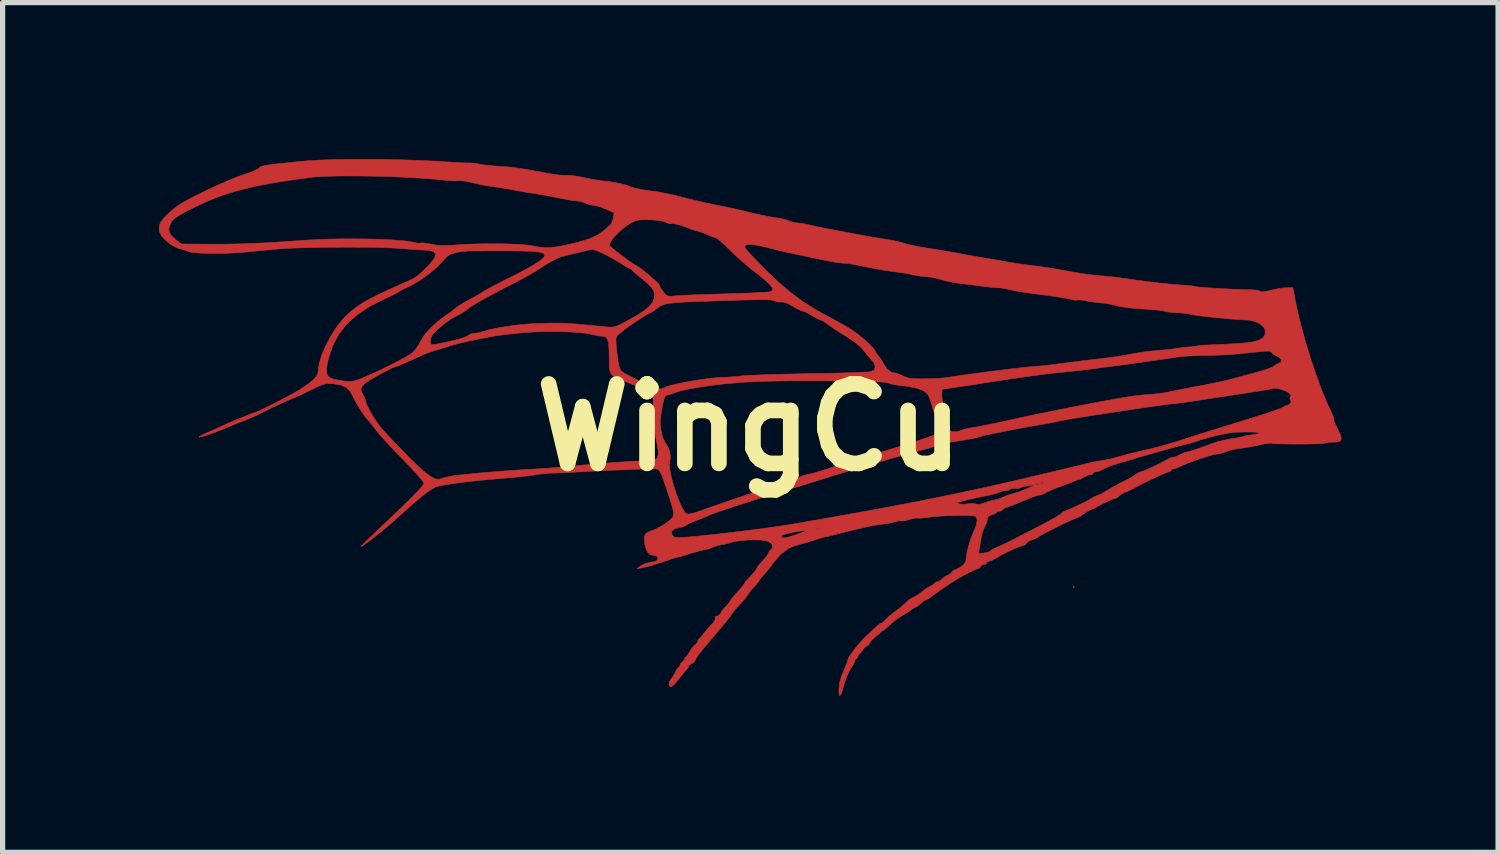
<source format=kicad_pcb>
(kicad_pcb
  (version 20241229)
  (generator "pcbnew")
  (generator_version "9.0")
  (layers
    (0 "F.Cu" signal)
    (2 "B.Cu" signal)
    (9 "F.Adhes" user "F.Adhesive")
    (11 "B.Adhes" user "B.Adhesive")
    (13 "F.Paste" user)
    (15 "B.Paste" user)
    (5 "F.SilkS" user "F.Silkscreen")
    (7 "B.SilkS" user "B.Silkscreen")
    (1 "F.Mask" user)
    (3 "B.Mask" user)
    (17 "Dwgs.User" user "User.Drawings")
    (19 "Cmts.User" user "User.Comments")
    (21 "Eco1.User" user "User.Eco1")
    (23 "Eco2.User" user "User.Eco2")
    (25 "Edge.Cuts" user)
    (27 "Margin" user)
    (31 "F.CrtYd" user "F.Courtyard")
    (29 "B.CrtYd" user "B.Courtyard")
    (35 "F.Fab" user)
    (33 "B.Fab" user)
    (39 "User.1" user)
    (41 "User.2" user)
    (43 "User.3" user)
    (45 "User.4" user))
  (footprint "WingCu"
    (layer "F.Cu")
    (at 11.323 5.151)
    (property "Reference" "WingCu" (at 0 0 0) (layer "F.SilkS") (effects (font (size 1.524 1.524) (thickness 0.3))))
    (attr through_hole)
    (fp_poly (pts (xy 6.237 3.062) (xy 6.223 3.076) (xy 6.209 3.062) (xy 6.223 3.048) (xy 6.237 3.062)) (stroke (width 0.01) (type solid)) (fill yes) (layer "F.Cu"))
    (fp_poly (pts (xy -7.017 -5.143) (xy -6.665 -5.135) (xy -6.316 -5.123) (xy -5.983 -5.107) (xy -5.743 -5.092) (xy -5.611 -5.083) (xy -5.488 -5.077) (xy -5.394 -5.074) (xy -5.362 -5.075) (xy -5.262 -5.069) (xy -5.164 -5.051) (xy -5.089 -5.037) (xy -4.979 -5.024) (xy -4.852 -5.014) (xy -4.811 -5.011) (xy -4.694 -5.004) (xy -4.583 -4.994) (xy -4.466 -4.98) (xy -4.333 -4.96) (xy -4.171 -4.932) (xy -3.97 -4.896) (xy -3.877 -4.878) (xy -3.746 -4.856) (xy -3.631 -4.841) (xy -3.546 -4.835) (xy -3.508 -4.837) (xy -3.458 -4.839) (xy -3.368 -4.829) (xy -3.252 -4.81) (xy -3.173 -4.794) (xy -3.04 -4.767) (xy -2.914 -4.745) (xy -2.815 -4.73) (xy -2.779 -4.727) (xy -2.688 -4.717) (xy -2.579 -4.699) (xy -2.468 -4.677) (xy -2.373 -4.654) (xy -2.31 -4.633) (xy -2.3 -4.627) (xy -2.248 -4.607) (xy -2.155 -4.583) (xy -2.035 -4.56) (xy -1.904 -4.539) (xy -1.82 -4.53) (xy -1.727 -4.516) (xy -1.596 -4.49) (xy -1.445 -4.457) (xy -1.29 -4.419) (xy -1.284 -4.417) (xy -1.11 -4.374) (xy -0.919 -4.329) (xy -0.736 -4.288) (xy -0.607 -4.262) (xy -0.47 -4.234) (xy -0.344 -4.208) (xy -0.244 -4.187) (xy -0.198 -4.176) (xy 0.029 -4.12) (xy 0.233 -4.074) (xy 0.405 -4.04) (xy 0.533 -4.02) (xy 0.536 -4.019) (xy 0.639 -4.002) (xy 0.731 -3.977) (xy 0.768 -3.962) (xy 0.854 -3.932) (xy 0.928 -3.923) (xy 1.002 -3.916) (xy 1.103 -3.898) (xy 1.176 -3.881) (xy 1.286 -3.856) (xy 1.424 -3.827) (xy 1.563 -3.801) (xy 1.58 -3.797) (xy 1.725 -3.771) (xy 1.894 -3.739) (xy 2.055 -3.708) (xy 2.088 -3.702) (xy 2.246 -3.672) (xy 2.421 -3.642) (xy 2.581 -3.616) (xy 2.611 -3.612) (xy 2.738 -3.591) (xy 2.855 -3.567) (xy 2.943 -3.543) (xy 2.963 -3.536) (xy 3.03 -3.516) (xy 3.137 -3.492) (xy 3.27 -3.465) (xy 3.415 -3.441) (xy 3.563 -3.417) (xy 3.704 -3.394) (xy 3.82 -3.375) (xy 3.895 -3.362) (xy 3.997 -3.343) (xy 4.12 -3.32) (xy 4.191 -3.307) (xy 4.317 -3.285) (xy 4.46 -3.26) (xy 4.544 -3.247) (xy 4.664 -3.227) (xy 4.81 -3.201) (xy 4.953 -3.176) (xy 4.967 -3.174) (xy 5.117 -3.149) (xy 5.288 -3.124) (xy 5.447 -3.104) (xy 5.461 -3.103) (xy 5.595 -3.085) (xy 5.761 -3.06) (xy 5.936 -3.031) (xy 6.068 -3.007) (xy 6.227 -2.978) (xy 6.39 -2.952) (xy 6.536 -2.932) (xy 6.632 -2.921) (xy 6.803 -2.906) (xy 6.934 -2.893) (xy 7.039 -2.882) (xy 7.136 -2.869) (xy 7.238 -2.854) (xy 7.253 -2.852) (xy 7.454 -2.823) (xy 7.668 -2.796) (xy 7.881 -2.77) (xy 8.077 -2.75) (xy 8.243 -2.735) (xy 8.327 -2.73) (xy 8.433 -2.723) (xy 8.518 -2.714) (xy 8.564 -2.705) (xy 8.567 -2.703) (xy 8.602 -2.697) (xy 8.683 -2.689) (xy 8.799 -2.68) (xy 8.94 -2.671) (xy 9.094 -2.662) (xy 9.251 -2.654) (xy 9.401 -2.647) (xy 9.532 -2.643) (xy 9.634 -2.641) (xy 9.652 -2.641) (xy 9.733 -2.636) (xy 9.788 -2.621) (xy 9.799 -2.613) (xy 9.838 -2.601) (xy 9.925 -2.613) (xy 10.011 -2.632) (xy 10.128 -2.658) (xy 10.242 -2.676) (xy 10.317 -2.681) (xy 10.432 -2.681) (xy 10.467 -2.491) (xy 10.522 -2.224) (xy 10.594 -1.931) (xy 10.68 -1.623) (xy 10.775 -1.312) (xy 10.876 -1.011) (xy 10.979 -0.731) (xy 11.08 -0.484) (xy 11.161 -0.312) (xy 11.197 -0.234) (xy 11.215 -0.178) (xy 11.215 -0.161) (xy 11.22 -0.131) (xy 11.246 -0.065) (xy 11.288 0.022) (xy 11.29 0.026) (xy 11.344 0.139) (xy 11.362 0.214) (xy 11.344 0.258) (xy 11.285 0.278) (xy 11.21 0.282) (xy 11.126 0.286) (xy 11.068 0.295) (xy 11.054 0.301) (xy 11.021 0.307) (xy 10.942 0.312) (xy 10.83 0.315) (xy 10.695 0.318) (xy 10.548 0.319) (xy 10.4 0.318) (xy 10.264 0.316) (xy 10.149 0.313) (xy 10.067 0.309) (xy 10.029 0.303) (xy 10.029 0.303) (xy 9.99 0.3) (xy 9.914 0.31) (xy 9.835 0.326) (xy 9.74 0.347) (xy 9.659 0.364) (xy 9.573 0.379) (xy 9.464 0.396) (xy 9.356 0.411) (xy 9.255 0.431) (xy 9.166 0.457) (xy 9.138 0.469) (xy 9.057 0.498) (xy 8.99 0.508) (xy 8.925 0.518) (xy 8.822 0.545) (xy 8.695 0.584) (xy 8.559 0.631) (xy 8.426 0.681) (xy 8.312 0.728) (xy 8.265 0.75) (xy 8.189 0.784) (xy 8.133 0.8) (xy 8.117 0.798) (xy 8.101 0.802) (xy 8.1 0.814) (xy 8.078 0.845) (xy 8.067 0.847) (xy 8.025 0.859) (xy 7.943 0.892) (xy 7.834 0.941) (xy 7.707 1) (xy 7.575 1.065) (xy 7.448 1.131) (xy 7.369 1.173) (xy 7.29 1.213) (xy 7.23 1.238) (xy 7.212 1.242) (xy 7.169 1.26) (xy 7.119 1.298) (xy 7.069 1.339) (xy 7.039 1.355) (xy 6.999 1.366) (xy 6.928 1.395) (xy 6.841 1.435) (xy 6.755 1.476) (xy 6.688 1.511) (xy 6.657 1.532) (xy 6.626 1.554) (xy 6.622 1.554) (xy 6.582 1.565) (xy 6.516 1.596) (xy 6.446 1.637) (xy 6.392 1.676) (xy 6.385 1.683) (xy 6.34 1.715) (xy 6.32 1.722) (xy 6.283 1.734) (xy 6.207 1.766) (xy 6.104 1.814) (xy 5.984 1.871) (xy 5.86 1.932) (xy 5.742 1.992) (xy 5.641 2.044) (xy 5.57 2.084) (xy 5.541 2.104) (xy 5.487 2.136) (xy 5.421 2.158) (xy 5.357 2.184) (xy 5.323 2.217) (xy 5.292 2.254) (xy 5.276 2.258) (xy 5.228 2.27) (xy 5.145 2.302) (xy 5.042 2.347) (xy 4.933 2.399) (xy 4.834 2.45) (xy 4.758 2.494) (xy 4.751 2.499) (xy 4.675 2.542) (xy 4.61 2.566) (xy 4.595 2.568) (xy 4.558 2.58) (xy 4.558 2.596) (xy 4.549 2.619) (xy 4.516 2.625) (xy 4.461 2.643) (xy 4.441 2.667) (xy 4.409 2.705) (xy 4.393 2.709) (xy 4.347 2.723) (xy 4.263 2.762) (xy 4.149 2.82) (xy 4.036 2.882) (xy 3.96 2.928) (xy 3.861 2.991) (xy 3.751 3.064) (xy 3.644 3.137) (xy 3.555 3.2) (xy 3.496 3.245) (xy 3.487 3.252) (xy 3.435 3.29) (xy 3.402 3.302) (xy 3.363 3.32) (xy 3.306 3.363) (xy 3.296 3.373) (xy 3.241 3.419) (xy 3.204 3.442) (xy 3.2 3.443) (xy 3.167 3.459) (xy 3.109 3.497) (xy 3.093 3.509) (xy 3.006 3.569) (xy 2.915 3.622) (xy 2.912 3.624) (xy 2.838 3.672) (xy 2.75 3.742) (xy 2.704 3.783) (xy 2.638 3.844) (xy 2.587 3.885) (xy 2.567 3.895) (xy 2.536 3.915) (xy 2.535 3.917) (xy 2.509 3.946) (xy 2.453 3.994) (xy 2.42 4.019) (xy 2.357 4.074) (xy 2.319 4.121) (xy 2.314 4.136) (xy 2.291 4.174) (xy 2.262 4.19) (xy 2.211 4.226) (xy 2.173 4.276) (xy 2.138 4.327) (xy 2.112 4.346) (xy 2.091 4.369) (xy 2.088 4.389) (xy 2.073 4.426) (xy 2.06 4.431) (xy 2.034 4.453) (xy 2.032 4.466) (xy 2.017 4.508) (xy 1.979 4.578) (xy 1.949 4.626) (xy 1.897 4.723) (xy 1.847 4.844) (xy 1.818 4.937) (xy 1.782 5.061) (xy 1.754 5.131) (xy 1.735 5.146) (xy 1.724 5.107) (xy 1.722 5.048) (xy 1.732 4.919) (xy 1.766 4.787) (xy 1.829 4.63) (xy 1.838 4.612) (xy 1.87 4.535) (xy 1.889 4.476) (xy 1.891 4.463) (xy 1.909 4.415) (xy 1.958 4.339) (xy 2.03 4.244) (xy 2.114 4.143) (xy 2.203 4.046) (xy 2.263 3.987) (xy 2.345 3.912) (xy 2.416 3.845) (xy 2.461 3.803) (xy 2.509 3.765) (xy 2.538 3.754) (xy 2.573 3.734) (xy 2.616 3.69) (xy 2.665 3.64) (xy 2.744 3.574) (xy 2.822 3.514) (xy 2.908 3.449) (xy 2.978 3.39) (xy 3.015 3.352) (xy 3.066 3.307) (xy 3.14 3.264) (xy 3.148 3.261) (xy 3.239 3.211) (xy 3.321 3.15) (xy 3.397 3.091) (xy 3.474 3.047) (xy 3.477 3.046) (xy 3.533 3.015) (xy 3.556 2.988) (xy 3.556 2.988) (xy 3.579 2.967) (xy 3.602 2.963) (xy 3.656 2.944) (xy 3.694 2.913) (xy 3.754 2.864) (xy 3.817 2.829) (xy 3.872 2.796) (xy 3.895 2.766) (xy 3.917 2.74) (xy 3.931 2.738) (xy 3.975 2.723) (xy 4.042 2.685) (xy 4.064 2.671) (xy 4.132 2.613) (xy 4.16 2.55) (xy 4.164 2.509) (xy 4.178 2.405) (xy 4.178 2.403) (xy 4.403 2.403) (xy 4.416 2.425) (xy 4.462 2.417) (xy 4.476 2.414) (xy 4.547 2.397) (xy 4.593 2.391) (xy 4.626 2.378) (xy 4.628 2.371) (xy 4.652 2.35) (xy 4.714 2.317) (xy 4.777 2.288) (xy 4.877 2.244) (xy 4.97 2.2) (xy 5.009 2.18) (xy 5.062 2.153) (xy 5.155 2.105) (xy 5.277 2.042) (xy 5.419 1.969) (xy 5.532 1.911) (xy 5.676 1.835) (xy 5.803 1.766) (xy 5.903 1.708) (xy 5.97 1.666) (xy 5.992 1.647) (xy 6.027 1.613) (xy 6.043 1.609) (xy 6.081 1.597) (xy 6.154 1.566) (xy 6.249 1.523) (xy 6.353 1.474) (xy 6.45 1.426) (xy 6.528 1.386) (xy 6.571 1.359) (xy 6.576 1.355) (xy 6.611 1.332) (xy 6.66 1.313) (xy 6.731 1.285) (xy 6.815 1.24) (xy 6.83 1.231) (xy 6.991 1.135) (xy 7.135 1.058) (xy 7.221 1.016) (xy 7.312 0.969) (xy 7.394 0.918) (xy 7.415 0.903) (xy 7.475 0.863) (xy 7.521 0.847) (xy 7.521 0.847) (xy 7.565 0.834) (xy 7.644 0.802) (xy 7.744 0.757) (xy 7.852 0.705) (xy 7.952 0.653) (xy 8.011 0.619) (xy 8.075 0.586) (xy 8.116 0.574) (xy 8.121 0.576) (xy 8.152 0.573) (xy 8.214 0.548) (xy 8.251 0.529) (xy 8.325 0.494) (xy 8.377 0.475) (xy 8.388 0.474) (xy 8.422 0.467) (xy 8.494 0.446) (xy 8.59 0.414) (xy 8.697 0.377) (xy 8.799 0.34) (xy 8.876 0.31) (xy 8.962 0.282) (xy 9.08 0.252) (xy 9.206 0.225) (xy 9.318 0.207) (xy 9.326 0.206) (xy 9.409 0.192) (xy 9.473 0.175) (xy 9.481 0.171) (xy 9.541 0.154) (xy 9.61 0.147) (xy 9.699 0.135) (xy 9.765 0.117) (xy 9.785 0.104) (xy 9.765 0.095) (xy 9.701 0.089) (xy 9.588 0.087) (xy 9.543 0.086) (xy 9.359 0.091) (xy 9.194 0.108) (xy 9.017 0.143) (xy 8.95 0.159) (xy 8.823 0.192) (xy 8.712 0.223) (xy 8.631 0.247) (xy 8.599 0.26) (xy 8.545 0.279) (xy 8.457 0.304) (xy 8.373 0.324) (xy 8.287 0.345) (xy 8.155 0.38) (xy 7.988 0.427) (xy 7.794 0.481) (xy 7.584 0.542) (xy 7.365 0.606) (xy 7.148 0.67) (xy 7.024 0.708) (xy 6.921 0.742) (xy 6.834 0.778) (xy 6.784 0.805) (xy 6.714 0.838) (xy 6.668 0.846) (xy 6.618 0.857) (xy 6.604 0.875) (xy 6.581 0.899) (xy 6.555 0.903) (xy 6.499 0.917) (xy 6.425 0.952) (xy 6.413 0.959) (xy 6.355 0.991) (xy 6.324 1.003) (xy 6.322 1.001) (xy 6.3 1.002) (xy 6.248 1.025) (xy 6.243 1.027) (xy 6.174 1.058) (xy 6.075 1.096) (xy 5.982 1.129) (xy 5.871 1.169) (xy 5.768 1.213) (xy 5.706 1.244) (xy 5.634 1.28) (xy 5.576 1.298) (xy 5.569 1.298) (xy 5.514 1.309) (xy 5.441 1.335) (xy 5.437 1.336) (xy 5.269 1.406) (xy 5.119 1.467) (xy 4.999 1.513) (xy 4.946 1.531) (xy 4.884 1.558) (xy 4.855 1.583) (xy 4.854 1.585) (xy 4.831 1.604) (xy 4.798 1.609) (xy 4.752 1.619) (xy 4.741 1.633) (xy 4.717 1.656) (xy 4.658 1.675) (xy 4.657 1.675) (xy 4.593 1.699) (xy 4.572 1.745) (xy 4.572 1.756) (xy 4.557 1.824) (xy 4.522 1.902) (xy 4.519 1.907) (xy 4.481 1.992) (xy 4.454 2.095) (xy 4.45 2.119) (xy 4.435 2.222) (xy 4.418 2.321) (xy 4.414 2.34) (xy 4.403 2.403) (xy 4.178 2.403) (xy 4.21 2.272) (xy 4.254 2.132) (xy 4.303 2.007) (xy 4.321 1.97) (xy 4.361 1.867) (xy 4.373 1.778) (xy 4.356 1.717) (xy 4.343 1.705) (xy 4.297 1.695) (xy 4.207 1.689) (xy 4.086 1.687) (xy 3.944 1.689) (xy 3.795 1.694) (xy 3.651 1.702) (xy 3.524 1.713) (xy 3.457 1.722) (xy 3.353 1.735) (xy 3.272 1.742) (xy 3.229 1.742) (xy 3.227 1.74) (xy 3.194 1.74) (xy 3.125 1.753) (xy 3.073 1.767) (xy 2.989 1.788) (xy 2.927 1.796) (xy 2.909 1.793) (xy 2.867 1.791) (xy 2.803 1.808) (xy 2.724 1.83) (xy 2.624 1.847) (xy 2.596 1.85) (xy 2.487 1.864) (xy 2.366 1.884) (xy 2.328 1.892) (xy 2.205 1.919) (xy 2.066 1.952) (xy 1.922 1.986) (xy 1.787 2.019) (xy 1.672 2.048) (xy 1.589 2.07) (xy 1.552 2.081) (xy 1.502 2.093) (xy 1.488 2.093) (xy 1.452 2.099) (xy 1.378 2.119) (xy 1.279 2.151) (xy 1.251 2.16) (xy 1.125 2.2) (xy 0.998 2.236) (xy 0.896 2.262) (xy 0.892 2.263) (xy 0.755 2.319) (xy 0.613 2.427) (xy 0.473 2.584) (xy 0.423 2.653) (xy 0.357 2.74) (xy 0.285 2.822) (xy 0.276 2.831) (xy 0.226 2.887) (xy 0.199 2.925) (xy 0.198 2.93) (xy 0.18 2.96) (xy 0.133 3.016) (xy 0.085 3.069) (xy 0.024 3.137) (xy -0.017 3.19) (xy -0.028 3.211) (xy -0.046 3.24) (xy -0.093 3.299) (xy -0.16 3.374) (xy -0.169 3.384) (xy -0.238 3.459) (xy -0.288 3.517) (xy -0.31 3.547) (xy -0.31 3.548) (xy -0.327 3.575) (xy -0.373 3.636) (xy -0.44 3.72) (xy -0.521 3.82) (xy -0.609 3.925) (xy -0.678 4.008) (xy -0.801 4.151) (xy -0.891 4.259) (xy -0.954 4.338) (xy -0.995 4.393) (xy -1.019 4.432) (xy -1.029 4.457) (xy -1.069 4.511) (xy -1.102 4.53) (xy -1.147 4.557) (xy -1.157 4.578) (xy -1.176 4.618) (xy -1.207 4.653) (xy -1.25 4.7) (xy -1.312 4.774) (xy -1.366 4.845) (xy -1.436 4.928) (xy -1.491 4.972) (xy -1.515 4.975) (xy -1.538 4.941) (xy -1.53 4.883) (xy -1.494 4.821) (xy -1.482 4.809) (xy -1.448 4.759) (xy -1.412 4.688) (xy -1.412 4.687) (xy -1.381 4.628) (xy -1.353 4.6) (xy -1.351 4.6) (xy -1.329 4.577) (xy -1.326 4.557) (xy -1.304 4.51) (xy -1.284 4.498) (xy -1.247 4.462) (xy -1.242 4.442) (xy -1.227 4.406) (xy -1.217 4.403) (xy -1.189 4.38) (xy -1.154 4.323) (xy -1.148 4.311) (xy -1.101 4.236) (xy -1.048 4.18) (xy -1.046 4.178) (xy -1.001 4.134) (xy -0.988 4.102) (xy -0.972 4.064) (xy -0.966 4.059) (xy -0.937 4.033) (xy -0.888 3.976) (xy -0.846 3.923) (xy -0.782 3.845) (xy -0.725 3.783) (xy -0.699 3.759) (xy -0.658 3.703) (xy -0.649 3.663) (xy -0.643 3.623) (xy -0.632 3.621) (xy -0.603 3.617) (xy -0.563 3.588) (xy -0.538 3.551) (xy -0.536 3.542) (xy -0.518 3.512) (xy -0.472 3.46) (xy -0.452 3.439) (xy -0.399 3.382) (xy -0.369 3.341) (xy -0.367 3.333) (xy -0.349 3.303) (xy -0.302 3.245) (xy -0.235 3.169) (xy -0.226 3.159) (xy -0.157 3.081) (xy -0.107 3.019) (xy -0.085 2.984) (xy -0.085 2.982) (xy -0.066 2.951) (xy -0.017 2.896) (xy 0.028 2.85) (xy 0.091 2.785) (xy 0.132 2.731) (xy 0.141 2.709) (xy 0.16 2.673) (xy 0.208 2.613) (xy 0.254 2.565) (xy 0.316 2.496) (xy 0.357 2.437) (xy 0.367 2.411) (xy 0.39 2.365) (xy 0.409 2.353) (xy 0.443 2.315) (xy 0.452 2.275) (xy 0.425 2.22) (xy 0.348 2.181) (xy 0.223 2.159) (xy 0.055 2.155) (xy -0.043 2.16) (xy -0.162 2.171) (xy -0.264 2.186) (xy -0.333 2.2) (xy -0.347 2.206) (xy -0.407 2.227) (xy -0.493 2.244) (xy -0.514 2.247) (xy -0.611 2.267) (xy -0.698 2.296) (xy -0.709 2.302) (xy -0.78 2.331) (xy -0.834 2.342) (xy -0.881 2.35) (xy -0.966 2.372) (xy -1.075 2.403) (xy -1.125 2.418) (xy -1.236 2.452) (xy -1.328 2.479) (xy -1.386 2.494) (xy -1.397 2.496) (xy -1.439 2.506) (xy -1.512 2.53) (xy -1.552 2.544) (xy -1.727 2.603) (xy -1.889 2.652) (xy -2.02 2.686) (xy -2.057 2.693) (xy -2.153 2.709) (xy -2.085 2.657) (xy -2.016 2.621) (xy -1.921 2.592) (xy -1.884 2.585) (xy -1.8 2.567) (xy -1.759 2.544) (xy -1.75 2.51) (xy -1.764 2.47) (xy -1.816 2.456) (xy -1.833 2.455) (xy -1.903 2.439) (xy -1.954 2.386) (xy -1.991 2.287) (xy -2.006 2.216) (xy -2.013 2.106) (xy -1.988 2.047) (xy -1.485 2.047) (xy -1.47 2.072) (xy -1.452 2.091) (xy -1.429 2.104) (xy -1.394 2.112) (xy -1.338 2.113) (xy -1.254 2.109) (xy -1.134 2.099) (xy -0.969 2.083) (xy -0.888 2.075) (xy 0.621 2.075) (xy 0.627 2.107) (xy 0.653 2.121) (xy 0.707 2.114) (xy 0.799 2.089) (xy 0.874 2.064) (xy 0.975 2.03) (xy 1.05 2.002) (xy 1.088 1.986) (xy 1.09 1.983) (xy 1.056 1.98) (xy 0.985 1.987) (xy 0.892 2.002) (xy 0.794 2.022) (xy 0.705 2.043) (xy 0.643 2.062) (xy 0.621 2.075) (xy -0.888 2.075) (xy -0.872 2.074) (xy -0.658 2.051) (xy -0.42 2.024) (xy -0.169 1.994) (xy 0.084 1.963) (xy 0.307 1.933) (xy 1.298 1.933) (xy 1.312 1.947) (xy 1.326 1.933) (xy 1.312 1.919) (xy 1.298 1.933) (xy 0.307 1.933) (xy 0.325 1.931) (xy 0.545 1.9) (xy 0.73 1.873) (xy 0.861 1.851) (xy 0.961 1.833) (xy 1.103 1.808) (xy 1.275 1.778) (xy 1.462 1.745) (xy 1.651 1.712) (xy 2.476 1.564) (xy 3.078 1.45) (xy 3.993 1.45) (xy 4.016 1.461) (xy 4.036 1.467) (xy 4.113 1.474) (xy 4.202 1.464) (xy 4.203 1.464) (xy 4.283 1.457) (xy 4.346 1.467) (xy 4.349 1.469) (xy 4.419 1.477) (xy 4.505 1.45) (xy 4.595 1.418) (xy 4.679 1.397) (xy 4.691 1.396) (xy 4.772 1.376) (xy 4.86 1.343) (xy 4.863 1.341) (xy 4.941 1.308) (xy 5.007 1.286) (xy 5.011 1.285) (xy 5.127 1.252) (xy 5.265 1.202) (xy 5.376 1.154) (xy 5.489 1.101) (xy 5.348 1.119) (xy 5.264 1.134) (xy 5.205 1.153) (xy 5.19 1.163) (xy 5.153 1.176) (xy 5.102 1.171) (xy 5.04 1.167) (xy 5.011 1.183) (xy 4.971 1.206) (xy 4.915 1.214) (xy 4.848 1.222) (xy 4.81 1.238) (xy 4.77 1.256) (xy 4.693 1.279) (xy 4.614 1.297) (xy 4.497 1.321) (xy 4.381 1.345) (xy 4.322 1.357) (xy 4.211 1.382) (xy 4.098 1.411) (xy 4.082 1.415) (xy 4.013 1.436) (xy 3.993 1.45) (xy 3.078 1.45) (xy 3.246 1.418) (xy 3.964 1.272) (xy 4.614 1.132) (xy 4.738 1.104) (xy 4.834 1.082) (xy 5.513 1.082) (xy 5.517 1.099) (xy 5.532 1.101) (xy 5.555 1.09) (xy 5.55 1.082) (xy 5.517 1.078) (xy 5.513 1.082) (xy 4.834 1.082) (xy 4.899 1.067) (xy 4.956 1.054) (xy 5.597 1.054) (xy 5.601 1.07) (xy 5.616 1.072) (xy 5.639 1.062) (xy 5.635 1.054) (xy 5.602 1.05) (xy 5.597 1.054) (xy 4.956 1.054) (xy 5.089 1.023) (xy 5.299 0.974) (xy 5.52 0.922) (xy 5.742 0.869) (xy 5.957 0.818) (xy 6.156 0.771) (xy 6.33 0.729) (xy 6.47 0.695) (xy 6.568 0.671) (xy 6.59 0.666) (xy 6.633 0.658) (xy 6.71 0.646) (xy 6.759 0.638) (xy 6.856 0.62) (xy 6.982 0.591) (xy 7.111 0.556) (xy 7.126 0.552) (xy 7.26 0.515) (xy 7.421 0.475) (xy 7.582 0.437) (xy 7.634 0.426) (xy 7.767 0.395) (xy 7.933 0.35) (xy 8.115 0.297) (xy 8.294 0.242) (xy 8.34 0.227) (xy 8.489 0.179) (xy 8.679 0.118) (xy 8.896 0.05) (xy 9.125 -0.021) (xy 9.354 -0.092) (xy 9.483 -0.131) (xy 9.676 -0.191) (xy 9.853 -0.247) (xy 10.005 -0.297) (xy 10.125 -0.339) (xy 10.206 -0.37) (xy 10.24 -0.387) (xy 10.29 -0.418) (xy 10.314 -0.423) (xy 10.361 -0.44) (xy 10.393 -0.476) (xy 10.395 -0.513) (xy 10.386 -0.522) (xy 10.37 -0.553) (xy 10.384 -0.577) (xy 10.394 -0.617) (xy 10.359 -0.661) (xy 10.302 -0.696) (xy 10.221 -0.727) (xy 10.136 -0.748) (xy 10.069 -0.754) (xy 10.048 -0.749) (xy 10.014 -0.74) (xy 9.933 -0.724) (xy 9.816 -0.705) (xy 9.673 -0.682) (xy 9.563 -0.665) (xy 9.368 -0.635) (xy 9.154 -0.603) (xy 8.945 -0.571) (xy 8.762 -0.543) (xy 8.721 -0.536) (xy 8.568 -0.513) (xy 8.423 -0.492) (xy 8.302 -0.475) (xy 8.22 -0.465) (xy 8.213 -0.464) (xy 8.061 -0.447) (xy 7.86 -0.42) (xy 7.616 -0.386) (xy 7.338 -0.345) (xy 7.281 -0.336) (xy 7.123 -0.312) (xy 6.964 -0.288) (xy 6.823 -0.267) (xy 6.731 -0.253) (xy 6.519 -0.22) (xy 6.321 -0.189) (xy 6.148 -0.16) (xy 6.01 -0.135) (xy 5.915 -0.116) (xy 5.898 -0.112) (xy 5.826 -0.097) (xy 5.718 -0.076) (xy 5.59 -0.054) (xy 5.532 -0.044) (xy 5.351 -0.013) (xy 5.147 0.025) (xy 4.911 0.071) (xy 4.632 0.127) (xy 4.577 0.138) (xy 4.488 0.158) (xy 4.422 0.176) (xy 4.401 0.185) (xy 4.357 0.198) (xy 4.267 0.217) (xy 4.139 0.239) (xy 3.984 0.263) (xy 3.923 0.271) (xy 3.828 0.288) (xy 3.744 0.31) (xy 3.726 0.316) (xy 3.672 0.333) (xy 3.577 0.361) (xy 3.453 0.396) (xy 3.312 0.434) (xy 3.288 0.44) (xy 3.13 0.483) (xy 2.97 0.527) (xy 2.829 0.566) (xy 2.723 0.596) (xy 2.636 0.622) (xy 2.551 0.647) (xy 2.458 0.675) (xy 2.346 0.708) (xy 2.203 0.749) (xy 2.02 0.803) (xy 1.976 0.816) (xy 1.868 0.848) (xy 1.724 0.891) (xy 1.561 0.941) (xy 1.397 0.993) (xy 1.369 1.001) (xy 1.201 1.054) (xy 1.026 1.108) (xy 0.863 1.158) (xy 0.733 1.197) (xy 0.72 1.201) (xy 0.562 1.248) (xy 0.383 1.303) (xy 0.192 1.362) (xy -0.002 1.424) (xy -0.19 1.484) (xy -0.363 1.541) (xy -0.513 1.591) (xy -0.629 1.631) (xy -0.704 1.658) (xy -0.72 1.664) (xy -0.863 1.726) (xy -1.015 1.786) (xy -1.072 1.808) (xy -1.15 1.841) (xy -1.209 1.876) (xy -1.214 1.879) (xy -1.27 1.907) (xy -1.349 1.924) (xy -1.352 1.924) (xy -1.437 1.947) (xy -1.483 1.991) (xy -1.485 2.047) (xy -1.988 2.047) (xy -1.983 2.035) (xy -1.912 1.995) (xy -1.899 1.991) (xy -1.807 1.957) (xy -1.7 1.902) (xy -1.597 1.837) (xy -1.514 1.773) (xy -1.477 1.732) (xy -1.461 1.703) (xy -1.452 1.672) (xy -1.452 1.629) (xy -1.463 1.569) (xy -1.486 1.483) (xy -1.524 1.365) (xy -1.576 1.206) (xy -1.631 1.044) (xy -1.672 0.929) (xy -1.703 0.858) (xy -1.731 0.818) (xy -1.764 0.8) (xy -1.795 0.795) (xy -1.843 0.794) (xy -1.939 0.795) (xy -2.075 0.799) (xy -2.243 0.805) (xy -2.435 0.813) (xy -2.643 0.822) (xy -2.859 0.832) (xy -3.075 0.843) (xy -3.282 0.854) (xy -3.471 0.865) (xy -3.593 0.871) (xy -3.714 0.875) (xy -3.783 0.875) (xy -3.893 0.88) (xy -4.015 0.895) (xy -4.055 0.901) (xy -4.108 0.911) (xy -4.174 0.92) (xy -4.257 0.93) (xy -4.367 0.942) (xy -4.509 0.956) (xy -4.691 0.973) (xy -4.92 0.993) (xy -5.024 1.002) (xy -5.244 1.024) (xy -5.453 1.047) (xy -5.642 1.071) (xy -5.802 1.095) (xy -5.926 1.117) (xy -6.005 1.137) (xy -6.019 1.143) (xy -6.102 1.19) (xy -6.208 1.265) (xy -6.34 1.371) (xy -6.504 1.512) (xy -6.701 1.69) (xy -6.718 1.705) (xy -6.817 1.794) (xy -6.92 1.883) (xy -6.998 1.947) (xy -7.087 2.018) (xy -7.173 2.088) (xy -7.209 2.117) (xy -7.293 2.182) (xy -7.385 2.247) (xy -7.394 2.253) (xy -7.421 2.271) (xy -7.439 2.282) (xy -7.446 2.284) (xy -7.439 2.273) (xy -7.413 2.246) (xy -7.366 2.199) (xy -7.294 2.13) (xy -7.195 2.035) (xy -7.064 1.91) (xy -6.899 1.753) (xy -6.707 1.571) (xy -6.569 1.437) (xy -6.447 1.316) (xy -6.349 1.213) (xy -6.278 1.134) (xy -6.241 1.085) (xy -6.237 1.074) (xy -6.256 1.04) (xy -6.31 0.973) (xy -6.391 0.879) (xy -6.495 0.766) (xy -6.615 0.641) (xy -6.648 0.608) (xy -6.781 0.471) (xy -6.908 0.336) (xy -7.021 0.213) (xy -7.111 0.11) (xy -7.17 0.037) (xy -7.174 0.032) (xy -7.236 -0.052) (xy -7.29 -0.119) (xy -7.322 -0.155) (xy -7.37 -0.21) (xy -7.433 -0.301) (xy -7.502 -0.411) (xy -7.567 -0.528) (xy -7.6 -0.593) (xy -7.66 -0.699) (xy -7.693 -0.732) (xy -7.447 -0.732) (xy -7.434 -0.675) (xy -7.411 -0.636) (xy -7.378 -0.574) (xy -7.366 -0.532) (xy -7.35 -0.47) (xy -7.308 -0.377) (xy -7.247 -0.265) (xy -7.175 -0.148) (xy -7.099 -0.041) (xy -7.053 0.017) (xy -6.984 0.094) (xy -6.886 0.2) (xy -6.768 0.324) (xy -6.641 0.456) (xy -6.552 0.547) (xy -6.379 0.718) (xy -6.236 0.846) (xy -6.121 0.934) (xy -6.031 0.984) (xy -5.962 0.998) (xy -5.927 0.988) (xy -5.876 0.971) (xy -5.791 0.95) (xy -5.714 0.934) (xy -5.618 0.92) (xy -5.476 0.904) (xy -5.299 0.886) (xy -5.098 0.867) (xy -4.883 0.849) (xy -4.666 0.832) (xy -4.456 0.818) (xy -4.265 0.806) (xy -4.247 0.805) (xy -3.98 0.79) (xy -3.715 0.77) (xy -3.432 0.746) (xy -3.189 0.722) (xy -2.997 0.704) (xy -2.787 0.687) (xy -2.574 0.671) (xy -2.371 0.658) (xy -2.193 0.648) (xy -2.055 0.644) (xy -2.039 0.643) (xy -1.908 0.638) (xy -1.819 0.622) (xy -1.766 0.587) (xy -1.744 0.523) (xy -1.748 0.425) (xy -1.774 0.282) (xy -1.786 0.226) (xy -1.806 0.106) (xy -1.822 -0.044) (xy -1.706 -0.044) (xy -1.688 0.078) (xy -1.656 0.194) (xy -1.616 0.284) (xy -1.597 0.31) (xy -1.551 0.385) (xy -1.52 0.482) (xy -1.51 0.579) (xy -1.524 0.651) (xy -1.524 0.651) (xy -1.533 0.711) (xy -1.523 0.81) (xy -1.496 0.938) (xy -1.458 1.083) (xy -1.411 1.234) (xy -1.358 1.379) (xy -1.303 1.507) (xy -1.25 1.605) (xy -1.233 1.63) (xy -1.208 1.653) (xy -1.172 1.661) (xy -1.114 1.654) (xy -1.026 1.63) (xy -0.899 1.587) (xy -0.833 1.563) (xy -0.672 1.507) (xy -0.49 1.444) (xy -0.319 1.385) (xy -0.268 1.368) (xy -0.132 1.322) (xy 0.001 1.275) (xy 0.111 1.234) (xy 0.155 1.217) (xy 0.239 1.186) (xy 0.36 1.145) (xy 0.502 1.099) (xy 0.635 1.058) (xy 0.769 1.017) (xy 0.886 0.979) (xy 0.975 0.949) (xy 1.022 0.93) (xy 1.023 0.93) (xy 1.088 0.907) (xy 1.118 0.903) (xy 1.164 0.895) (xy 1.249 0.873) (xy 1.358 0.84) (xy 1.422 0.82) (xy 1.558 0.777) (xy 1.725 0.725) (xy 1.898 0.672) (xy 2.018 0.635) (xy 2.16 0.592) (xy 2.293 0.551) (xy 2.402 0.517) (xy 2.469 0.495) (xy 2.568 0.463) (xy 2.681 0.428) (xy 2.723 0.415) (xy 2.998 0.33) (xy 3.225 0.258) (xy 3.403 0.199) (xy 3.531 0.152) (xy 3.606 0.119) (xy 3.628 0.103) (xy 3.628 0.058) (xy 3.613 -0.028) (xy 3.587 -0.14) (xy 3.554 -0.266) (xy 3.517 -0.393) (xy 3.48 -0.507) (xy 3.448 -0.596) (xy 3.423 -0.643) (xy 3.419 -0.647) (xy 3.695 -0.647) (xy 3.7 -0.565) (xy 3.711 -0.481) (xy 3.727 -0.414) (xy 3.735 -0.394) (xy 3.76 -0.329) (xy 3.788 -0.231) (xy 3.808 -0.14) (xy 3.828 -0.044) (xy 3.846 0.03) (xy 3.857 0.064) (xy 3.895 0.081) (xy 3.963 0.083) (xy 4.034 0.069) (xy 4.062 0.058) (xy 4.125 0.034) (xy 4.207 0.016) (xy 4.208 0.016) (xy 4.347 -0.007) (xy 4.523 -0.04) (xy 4.719 -0.08) (xy 4.919 -0.123) (xy 4.995 -0.14) (xy 5.139 -0.172) (xy 5.312 -0.21) (xy 5.49 -0.247) (xy 5.602 -0.27) (xy 5.758 -0.301) (xy 5.915 -0.333) (xy 6.055 -0.361) (xy 6.138 -0.379) (xy 6.281 -0.407) (xy 6.464 -0.442) (xy 6.672 -0.481) (xy 6.889 -0.521) (xy 7.101 -0.559) (xy 7.211 -0.579) (xy 7.36 -0.601) (xy 7.527 -0.621) (xy 7.664 -0.632) (xy 7.792 -0.643) (xy 7.916 -0.657) (xy 8.011 -0.673) (xy 8.017 -0.674) (xy 8.087 -0.689) (xy 8.201 -0.712) (xy 8.344 -0.74) (xy 8.505 -0.771) (xy 8.608 -0.79) (xy 8.775 -0.823) (xy 8.934 -0.855) (xy 9.072 -0.884) (xy 9.175 -0.907) (xy 9.215 -0.917) (xy 9.299 -0.94) (xy 9.42 -0.973) (xy 9.563 -1.012) (xy 9.694 -1.047) (xy 9.827 -1.084) (xy 9.939 -1.12) (xy 10.021 -1.15) (xy 10.061 -1.171) (xy 10.061 -1.171) (xy 10.11 -1.207) (xy 10.153 -1.225) (xy 10.206 -1.259) (xy 10.209 -1.302) (xy 10.162 -1.348) (xy 10.118 -1.371) (xy 10.054 -1.405) (xy 10.02 -1.438) (xy 10.019 -1.444) (xy 10.014 -1.455) (xy 9.996 -1.462) (xy 9.957 -1.464) (xy 9.891 -1.461) (xy 9.791 -1.453) (xy 9.65 -1.44) (xy 9.463 -1.42) (xy 9.384 -1.411) (xy 9.252 -1.4) (xy 9.086 -1.391) (xy 8.908 -1.384) (xy 8.755 -1.382) (xy 8.597 -1.379) (xy 8.444 -1.372) (xy 8.313 -1.363) (xy 8.22 -1.352) (xy 8.218 -1.352) (xy 8.101 -1.333) (xy 7.962 -1.313) (xy 7.86 -1.298) (xy 7.719 -1.279) (xy 7.564 -1.257) (xy 7.465 -1.242) (xy 7.332 -1.223) (xy 7.178 -1.202) (xy 7.041 -1.185) (xy 6.899 -1.166) (xy 6.745 -1.146) (xy 6.618 -1.128) (xy 6.498 -1.113) (xy 6.348 -1.095) (xy 6.193 -1.078) (xy 6.138 -1.072) (xy 6.006 -1.059) (xy 5.884 -1.046) (xy 5.79 -1.037) (xy 5.757 -1.033) (xy 5.672 -1.023) (xy 5.545 -1.006) (xy 5.388 -0.984) (xy 5.216 -0.96) (xy 5.041 -0.935) (xy 4.877 -0.911) (xy 4.738 -0.89) (xy 4.636 -0.874) (xy 4.628 -0.873) (xy 4.542 -0.859) (xy 4.425 -0.84) (xy 4.289 -0.819) (xy 4.146 -0.798) (xy 4.006 -0.777) (xy 3.881 -0.758) (xy 3.783 -0.744) (xy 3.722 -0.735) (xy 3.709 -0.734) (xy 3.698 -0.709) (xy 3.695 -0.647) (xy 3.419 -0.647) (xy 3.35 -0.703) (xy 3.227 -0.75) (xy 3.051 -0.787) (xy 2.893 -0.806) (xy 2.788 -0.82) (xy 2.703 -0.839) (xy 2.656 -0.857) (xy 2.656 -0.857) (xy 2.619 -0.865) (xy 2.532 -0.872) (xy 2.402 -0.878) (xy 2.236 -0.883) (xy 2.041 -0.887) (xy 1.823 -0.89) (xy 1.589 -0.893) (xy 1.345 -0.894) (xy 1.099 -0.894) (xy 0.858 -0.894) (xy 0.627 -0.892) (xy 0.414 -0.889) (xy 0.225 -0.884) (xy 0.067 -0.879) (xy -0.014 -0.874) (xy -0.269 -0.855) (xy -0.519 -0.831) (xy -0.758 -0.802) (xy -0.976 -0.77) (xy -1.165 -0.736) (xy -1.317 -0.702) (xy -1.423 -0.669) (xy -1.445 -0.659) (xy -1.519 -0.631) (xy -1.575 -0.621) (xy -1.605 -0.603) (xy -1.632 -0.548) (xy -1.658 -0.45) (xy -1.684 -0.304) (xy -1.705 -0.149) (xy -1.706 -0.044) (xy -1.822 -0.044) (xy -1.823 -0.047) (xy -1.835 -0.21) (xy -1.838 -0.314) (xy -1.845 -0.642) (xy -2.123 -0.774) (xy -2.246 -0.83) (xy -2.358 -0.877) (xy -2.444 -0.91) (xy -2.483 -0.921) (xy -2.563 -0.954) (xy -2.625 -1.003) (xy -2.654 -1.039) (xy -2.672 -1.084) (xy -2.682 -1.15) (xy -2.686 -1.251) (xy -2.686 -1.343) (xy -2.689 -1.505) (xy -2.699 -1.62) (xy -2.717 -1.69) (xy -2.556 -1.69) (xy -2.554 -1.62) (xy -2.544 -1.512) (xy -2.537 -1.439) (xy -2.516 -1.271) (xy -2.491 -1.156) (xy -2.462 -1.092) (xy -2.46 -1.089) (xy -2.411 -1.052) (xy -2.32 -1) (xy -2.197 -0.938) (xy -2.053 -0.871) (xy -1.933 -0.82) (xy -1.862 -0.791) (xy -1.806 -0.767) (xy -1.748 -0.745) (xy -1.707 -0.739) (xy -1.657 -0.753) (xy -1.591 -0.78) (xy -1.506 -0.807) (xy -1.379 -0.837) (xy -1.224 -0.869) (xy -1.053 -0.899) (xy -0.882 -0.925) (xy -0.723 -0.946) (xy -0.591 -0.958) (xy -0.536 -0.96) (xy -0.405 -0.965) (xy -0.256 -0.977) (xy -0.155 -0.988) (xy -0.083 -0.995) (xy 0.039 -1.001) (xy 0.202 -1.008) (xy 0.398 -1.015) (xy 0.621 -1.021) (xy 0.863 -1.027) (xy 1.116 -1.032) (xy 1.152 -1.033) (xy 1.4 -1.037) (xy 1.632 -1.042) (xy 1.843 -1.047) (xy 2.024 -1.053) (xy 2.171 -1.059) (xy 2.276 -1.064) (xy 2.332 -1.069) (xy 2.338 -1.07) (xy 2.402 -1.108) (xy 2.419 -1.17) (xy 2.388 -1.247) (xy 2.365 -1.276) (xy 2.308 -1.343) (xy 2.238 -1.427) (xy 2.206 -1.467) (xy 2.15 -1.53) (xy 2.086 -1.59) (xy 2.003 -1.653) (xy 1.893 -1.728) (xy 1.745 -1.821) (xy 1.723 -1.834) (xy 1.625 -1.897) (xy 1.535 -1.958) (xy 1.483 -1.997) (xy 1.423 -2.039) (xy 1.379 -2.06) (xy 1.375 -2.06) (xy 1.337 -2.074) (xy 1.269 -2.11) (xy 1.209 -2.145) (xy 1.128 -2.191) (xy 1.062 -2.222) (xy 1.035 -2.23) (xy 0.993 -2.243) (xy 0.92 -2.279) (xy 0.84 -2.325) (xy 0.724 -2.386) (xy 0.638 -2.408) (xy 0.609 -2.406) (xy 0.538 -2.408) (xy 0.494 -2.427) (xy 0.466 -2.439) (xy 0.412 -2.447) (xy 0.326 -2.451) (xy 0.202 -2.451) (xy 0.034 -2.449) (xy -0.185 -2.443) (xy -0.205 -2.442) (xy -0.524 -2.432) (xy -0.792 -2.423) (xy -1.013 -2.415) (xy -1.193 -2.408) (xy -1.337 -2.399) (xy -1.45 -2.39) (xy -1.537 -2.38) (xy -1.603 -2.368) (xy -1.654 -2.353) (xy -1.693 -2.335) (xy -1.727 -2.314) (xy -1.76 -2.289) (xy -1.768 -2.283) (xy -1.834 -2.234) (xy -1.884 -2.205) (xy -1.896 -2.201) (xy -1.928 -2.187) (xy -1.994 -2.147) (xy -2.082 -2.092) (xy -2.179 -2.028) (xy -2.273 -1.964) (xy -2.352 -1.908) (xy -2.395 -1.875) (xy -2.453 -1.828) (xy -2.504 -1.787) (xy -2.532 -1.762) (xy -2.549 -1.733) (xy -2.556 -1.69) (xy -2.717 -1.69) (xy -2.718 -1.693) (xy -2.749 -1.733) (xy -2.795 -1.749) (xy -2.815 -1.75) (xy -2.897 -1.758) (xy -2.989 -1.779) (xy -2.992 -1.779) (xy -3.099 -1.802) (xy -3.252 -1.819) (xy -3.437 -1.832) (xy -3.644 -1.838) (xy -3.861 -1.84) (xy -4.076 -1.835) (xy -4.278 -1.823) (xy -4.332 -1.819) (xy -4.495 -1.803) (xy -4.651 -1.786) (xy -4.785 -1.769) (xy -4.882 -1.755) (xy -4.904 -1.751) (xy -5.022 -1.728) (xy -5.154 -1.702) (xy -5.214 -1.691) (xy -5.383 -1.656) (xy -5.548 -1.618) (xy -5.688 -1.581) (xy -5.771 -1.555) (xy -5.848 -1.531) (xy -5.949 -1.5) (xy -6.011 -1.482) (xy -6.115 -1.449) (xy -6.21 -1.414) (xy -6.251 -1.397) (xy -6.378 -1.337) (xy -6.507 -1.28) (xy -6.625 -1.228) (xy -6.723 -1.187) (xy -6.789 -1.163) (xy -6.809 -1.157) (xy -6.844 -1.144) (xy -6.917 -1.109) (xy -7.017 -1.057) (xy -7.131 -0.995) (xy -7.276 -0.911) (xy -7.373 -0.844) (xy -7.429 -0.786) (xy -7.447 -0.732) (xy -7.693 -0.732) (xy -7.73 -0.769) (xy -7.825 -0.811) (xy -7.959 -0.835) (xy -7.987 -0.838) (xy -8.068 -0.843) (xy -8.135 -0.837) (xy -8.208 -0.814) (xy -8.302 -0.772) (xy -8.368 -0.739) (xy -8.486 -0.681) (xy -8.599 -0.627) (xy -8.688 -0.587) (xy -8.707 -0.58) (xy -8.924 -0.487) (xy -9.155 -0.38) (xy -9.334 -0.29) (xy -9.452 -0.232) (xy -9.576 -0.177) (xy -9.659 -0.144) (xy -9.755 -0.107) (xy -9.881 -0.057) (xy -10.012 -0.003) (xy -10.047 0.012) (xy -10.184 0.068) (xy -10.312 0.117) (xy -10.423 0.154) (xy -10.505 0.178) (xy -10.55 0.185) (xy -10.555 0.181) (xy -10.531 0.163) (xy -10.471 0.133) (xy -10.421 0.111) (xy -10.314 0.064) (xy -10.207 0.015) (xy -10.174 -0.000158) (xy -10.102 -0.033) (xy -10.002 -0.077) (xy -9.887 -0.126) (xy -9.767 -0.176) (xy -9.657 -0.221) (xy -9.567 -0.257) (xy -9.509 -0.279) (xy -9.495 -0.282) (xy -9.457 -0.295) (xy -9.38 -0.329) (xy -9.274 -0.38) (xy -9.148 -0.443) (xy -9.014 -0.511) (xy -8.881 -0.581) (xy -8.76 -0.646) (xy -8.66 -0.702) (xy -8.594 -0.742) (xy -8.455 -0.839) (xy -8.359 -0.916) (xy -8.301 -0.982) (xy -8.274 -1.043) (xy -8.269 -1.083) (xy -8.269 -1.084) (xy -8.111 -1.084) (xy -8.095 -1.005) (xy -8.042 -0.954) (xy -7.945 -0.921) (xy -7.874 -0.907) (xy -7.746 -0.888) (xy -7.652 -0.882) (xy -7.571 -0.893) (xy -7.482 -0.922) (xy -7.385 -0.962) (xy -7.219 -1.036) (xy -7.047 -1.116) (xy -6.879 -1.199) (xy -6.725 -1.278) (xy -6.595 -1.348) (xy -6.499 -1.405) (xy -6.452 -1.439) (xy -6.392 -1.507) (xy -6.332 -1.601) (xy -6.307 -1.651) (xy -6.293 -1.672) (xy -6.116 -1.672) (xy -6.113 -1.621) (xy -6.105 -1.603) (xy -6.091 -1.591) (xy -6.062 -1.588) (xy -6.011 -1.595) (xy -5.929 -1.611) (xy -5.808 -1.637) (xy -5.667 -1.669) (xy -5.554 -1.699) (xy -5.459 -1.73) (xy -5.4 -1.757) (xy -5.389 -1.766) (xy -5.337 -1.796) (xy -5.276 -1.806) (xy -5.187 -1.817) (xy -5.118 -1.836) (xy -5.006 -1.87) (xy -4.852 -1.903) (xy -4.67 -1.935) (xy -4.476 -1.962) (xy -4.284 -1.982) (xy -4.138 -1.991) (xy -3.928 -2) (xy -3.756 -2.003) (xy -3.606 -2.002) (xy -3.459 -1.995) (xy -3.297 -1.983) (xy -3.175 -1.972) (xy -3.031 -1.958) (xy -2.891 -1.944) (xy -2.776 -1.933) (xy -2.722 -1.928) (xy -2.652 -1.924) (xy -2.591 -1.931) (xy -2.524 -1.952) (xy -2.436 -1.994) (xy -2.322 -2.054) (xy -2.137 -2.16) (xy -2 -2.252) (xy -1.905 -2.334) (xy -1.847 -2.412) (xy -1.819 -2.49) (xy -1.819 -2.49) (xy -1.815 -2.561) (xy -1.831 -2.624) (xy -1.875 -2.69) (xy -1.953 -2.768) (xy -2.072 -2.867) (xy -2.074 -2.869) (xy -2.156 -2.936) (xy -2.219 -2.991) (xy -2.251 -3.023) (xy -2.253 -3.026) (xy -2.285 -3.048) (xy -2.289 -3.048) (xy -2.325 -3.063) (xy -2.391 -3.102) (xy -2.457 -3.145) (xy -2.552 -3.205) (xy -2.665 -3.268) (xy -2.78 -3.328) (xy -2.886 -3.376) (xy -2.967 -3.407) (xy -3.004 -3.415) (xy -3.034 -3.411) (xy -3.092 -3.4) (xy -3.182 -3.379) (xy -3.312 -3.348) (xy -3.487 -3.305) (xy -3.606 -3.274) (xy -3.675 -3.248) (xy -3.771 -3.199) (xy -3.875 -3.139) (xy -3.888 -3.131) (xy -3.989 -3.067) (xy -4.08 -3.01) (xy -4.143 -2.97) (xy -4.149 -2.966) (xy -4.206 -2.933) (xy -4.297 -2.883) (xy -4.405 -2.826) (xy -4.445 -2.805) (xy -4.709 -2.669) (xy -4.925 -2.554) (xy -5.099 -2.46) (xy -5.233 -2.383) (xy -5.333 -2.321) (xy -5.4 -2.273) (xy -5.405 -2.27) (xy -5.493 -2.206) (xy -5.585 -2.153) (xy -5.616 -2.138) (xy -5.705 -2.091) (xy -5.808 -2.021) (xy -5.913 -1.938) (xy -6.006 -1.855) (xy -6.073 -1.782) (xy -6.098 -1.743) (xy -6.116 -1.672) (xy -6.293 -1.672) (xy -6.23 -1.774) (xy -6.112 -1.909) (xy -5.96 -2.045) (xy -5.815 -2.153) (xy -5.741 -2.204) (xy -5.689 -2.243) (xy -5.673 -2.256) (xy -5.624 -2.296) (xy -5.541 -2.352) (xy -5.44 -2.413) (xy -5.342 -2.465) (xy -5.237 -2.522) (xy -5.134 -2.583) (xy -5.091 -2.611) (xy -5.025 -2.65) (xy -4.922 -2.707) (xy -4.795 -2.773) (xy -4.658 -2.842) (xy -4.645 -2.848) (xy -4.431 -2.955) (xy -4.249 -3.052) (xy -4.104 -3.137) (xy -4 -3.208) (xy -3.94 -3.261) (xy -3.928 -3.282) (xy -3.926 -3.307) (xy -3.933 -3.327) (xy -3.954 -3.344) (xy -3.992 -3.358) (xy -4.053 -3.368) (xy -4.141 -3.376) (xy -4.26 -3.382) (xy -4.415 -3.386) (xy -4.61 -3.388) (xy -4.849 -3.388) (xy -5.138 -3.387) (xy -5.362 -3.387) (xy -5.471 -3.38) (xy -5.592 -3.363) (xy -5.63 -3.355) (xy -5.73 -3.324) (xy -5.804 -3.274) (xy -5.867 -3.204) (xy -5.979 -3.085) (xy -6.127 -2.959) (xy -6.291 -2.84) (xy -6.455 -2.74) (xy -6.576 -2.683) (xy -6.653 -2.647) (xy -6.712 -2.612) (xy -6.717 -2.608) (xy -6.762 -2.58) (xy -6.844 -2.538) (xy -6.944 -2.491) (xy -6.957 -2.485) (xy -7.261 -2.334) (xy -7.513 -2.169) (xy -7.717 -1.988) (xy -7.876 -1.785) (xy -7.995 -1.556) (xy -8.077 -1.298) (xy -8.097 -1.2) (xy -8.111 -1.084) (xy -8.269 -1.084) (xy -8.25 -1.223) (xy -8.199 -1.392) (xy -8.12 -1.574) (xy -8.022 -1.759) (xy -7.91 -1.933) (xy -7.79 -2.084) (xy -7.731 -2.145) (xy -7.627 -2.238) (xy -7.518 -2.322) (xy -7.395 -2.401) (xy -7.248 -2.483) (xy -7.066 -2.572) (xy -6.882 -2.657) (xy -6.742 -2.72) (xy -6.615 -2.777) (xy -6.513 -2.823) (xy -6.447 -2.853) (xy -6.435 -2.859) (xy -6.374 -2.9) (xy -6.293 -2.969) (xy -6.205 -3.053) (xy -6.123 -3.14) (xy -6.059 -3.218) (xy -6.026 -3.273) (xy -6.025 -3.275) (xy -6.02 -3.334) (xy -6.052 -3.372) (xy -6.129 -3.394) (xy -6.229 -3.403) (xy -6.32 -3.408) (xy -6.451 -3.416) (xy -6.605 -3.427) (xy -6.763 -3.439) (xy -6.773 -3.439) (xy -6.91 -3.447) (xy -7.093 -3.452) (xy -7.311 -3.456) (xy -7.554 -3.458) (xy -7.811 -3.458) (xy -8.072 -3.456) (xy -8.326 -3.452) (xy -8.563 -3.447) (xy -8.772 -3.44) (xy -8.942 -3.431) (xy -8.975 -3.429) (xy -9.096 -3.419) (xy -9.254 -3.405) (xy -9.429 -3.388) (xy -9.601 -3.37) (xy -9.617 -3.369) (xy -9.793 -3.354) (xy -9.981 -3.344) (xy -10.17 -3.339) (xy -10.351 -3.339) (xy -10.514 -3.344) (xy -10.646 -3.354) (xy -10.739 -3.369) (xy -10.77 -3.38) (xy -10.835 -3.404) (xy -10.918 -3.425) (xy -10.918 -3.425) (xy -10.99 -3.452) (xy -11.083 -3.505) (xy -11.158 -3.558) (xy -11.264 -3.661) (xy -11.317 -3.761) (xy -11.318 -3.817) (xy -11.134 -3.817) (xy -11.123 -3.737) (xy -11.066 -3.659) (xy -10.994 -3.597) (xy -10.893 -3.52) (xy -10.35 -3.517) (xy -10.085 -3.517) (xy -9.825 -3.521) (xy -9.558 -3.53) (xy -9.272 -3.543) (xy -8.956 -3.562) (xy -8.598 -3.587) (xy -8.509 -3.593) (xy -8.305 -3.605) (xy -8.078 -3.614) (xy -7.837 -3.618) (xy -7.59 -3.619) (xy -7.346 -3.616) (xy -7.113 -3.611) (xy -6.9 -3.602) (xy -6.715 -3.59) (xy -6.567 -3.575) (xy -6.463 -3.558) (xy -6.441 -3.552) (xy -6.365 -3.536) (xy -6.308 -3.538) (xy -6.306 -3.539) (xy -6.257 -3.541) (xy -6.174 -3.531) (xy -6.096 -3.516) (xy -5.99 -3.497) (xy -5.874 -3.49) (xy -5.729 -3.494) (xy -5.625 -3.501) (xy -5.439 -3.513) (xy -5.232 -3.521) (xy -5.016 -3.524) (xy -4.8 -3.524) (xy -4.596 -3.52) (xy -4.415 -3.512) (xy -4.268 -3.501) (xy -4.166 -3.486) (xy -4.163 -3.486) (xy -4.029 -3.46) (xy -3.912 -3.449) (xy -3.793 -3.453) (xy -3.652 -3.472) (xy -3.523 -3.496) (xy -3.514 -3.499) (xy -2.681 -3.499) (xy -2.66 -3.473) (xy -2.604 -3.423) (xy -2.524 -3.358) (xy -2.432 -3.287) (xy -2.339 -3.217) (xy -2.256 -3.159) (xy -2.195 -3.121) (xy -2.176 -3.111) (xy -2.131 -3.085) (xy -2.059 -3.033) (xy -1.974 -2.966) (xy -1.887 -2.892) (xy -1.808 -2.822) (xy -1.749 -2.766) (xy -1.722 -2.732) (xy -1.722 -2.729) (xy -1.706 -2.691) (xy -1.666 -2.628) (xy -1.647 -2.603) (xy -1.6 -2.546) (xy -1.558 -2.52) (xy -1.5 -2.516) (xy -1.428 -2.524) (xy -1.363 -2.529) (xy -1.25 -2.535) (xy -1.098 -2.542) (xy -0.915 -2.549) (xy -0.711 -2.556) (xy -0.493 -2.563) (xy -0.45 -2.564) (xy -0.238 -2.57) (xy -0.043 -2.577) (xy 0.127 -2.585) (xy 0.264 -2.592) (xy 0.362 -2.599) (xy 0.413 -2.605) (xy 0.418 -2.607) (xy 0.446 -2.631) (xy 0.453 -2.661) (xy 0.433 -2.701) (xy 0.384 -2.756) (xy 0.301 -2.831) (xy 0.18 -2.93) (xy 0.048 -3.033) (xy -0.081 -3.138) (xy -0.223 -3.264) (xy -0.355 -3.387) (xy -0.394 -3.427) (xy -0.426 -3.458) (xy -0.085 -3.458) (xy -0.065 -3.428) (xy -0.012 -3.364) (xy 0.07 -3.275) (xy 0.175 -3.165) (xy 0.296 -3.043) (xy 0.323 -3.015) (xy 0.576 -2.776) (xy 0.814 -2.574) (xy 1.052 -2.4) (xy 1.305 -2.243) (xy 1.482 -2.146) (xy 1.679 -2.041) (xy 1.834 -1.954) (xy 1.954 -1.881) (xy 2.048 -1.817) (xy 2.074 -1.798) (xy 2.175 -1.717) (xy 2.27 -1.632) (xy 2.351 -1.553) (xy 2.406 -1.49) (xy 2.427 -1.452) (xy 2.427 -1.452) (xy 2.446 -1.41) (xy 2.48 -1.372) (xy 2.525 -1.316) (xy 2.572 -1.236) (xy 2.581 -1.216) (xy 2.646 -1.12) (xy 2.733 -1.059) (xy 2.803 -1.044) (xy 2.849 -1.032) (xy 2.921 -1.002) (xy 2.949 -0.988) (xy 3.012 -0.961) (xy 3.084 -0.944) (xy 3.179 -0.936) (xy 3.312 -0.933) (xy 3.357 -0.933) (xy 3.499 -0.937) (xy 3.637 -0.943) (xy 3.75 -0.952) (xy 3.796 -0.958) (xy 3.942 -0.98) (xy 4.12 -1.006) (xy 4.322 -1.034) (xy 4.534 -1.062) (xy 4.749 -1.089) (xy 4.954 -1.115) (xy 5.14 -1.137) (xy 5.295 -1.155) (xy 5.41 -1.166) (xy 5.447 -1.169) (xy 5.567 -1.178) (xy 5.672 -1.187) (xy 5.745 -1.195) (xy 5.757 -1.196) (xy 5.824 -1.206) (xy 5.935 -1.221) (xy 6.077 -1.239) (xy 6.238 -1.259) (xy 6.405 -1.28) (xy 6.567 -1.299) (xy 6.71 -1.316) (xy 6.797 -1.326) (xy 6.93 -1.342) (xy 7.062 -1.361) (xy 7.168 -1.378) (xy 7.178 -1.38) (xy 7.408 -1.423) (xy 7.605 -1.453) (xy 7.789 -1.474) (xy 7.902 -1.483) (xy 8.012 -1.492) (xy 8.1 -1.501) (xy 8.151 -1.509) (xy 8.157 -1.511) (xy 8.192 -1.518) (xy 8.267 -1.527) (xy 8.368 -1.537) (xy 8.383 -1.539) (xy 8.486 -1.549) (xy 8.566 -1.559) (xy 8.607 -1.566) (xy 8.609 -1.567) (xy 8.642 -1.572) (xy 8.721 -1.578) (xy 8.836 -1.584) (xy 8.978 -1.591) (xy 9.075 -1.595) (xy 9.319 -1.607) (xy 9.512 -1.622) (xy 9.659 -1.642) (xy 9.766 -1.669) (xy 9.839 -1.705) (xy 9.883 -1.751) (xy 9.903 -1.808) (xy 9.906 -1.851) (xy 9.88 -1.915) (xy 9.814 -1.977) (xy 9.722 -2.027) (xy 9.618 -2.056) (xy 9.569 -2.06) (xy 9.485 -2.063) (xy 9.364 -2.071) (xy 9.218 -2.083) (xy 9.059 -2.098) (xy 8.897 -2.114) (xy 8.746 -2.13) (xy 8.615 -2.146) (xy 8.518 -2.16) (xy 8.467 -2.171) (xy 8.401 -2.184) (xy 8.303 -2.195) (xy 8.217 -2.2) (xy 8.111 -2.206) (xy 8.019 -2.218) (xy 7.972 -2.23) (xy 7.919 -2.241) (xy 7.824 -2.253) (xy 7.698 -2.264) (xy 7.556 -2.273) (xy 7.544 -2.273) (xy 7.394 -2.284) (xy 7.251 -2.299) (xy 7.133 -2.317) (xy 7.056 -2.335) (xy 6.953 -2.361) (xy 6.829 -2.382) (xy 6.759 -2.389) (xy 6.638 -2.401) (xy 6.515 -2.419) (xy 6.457 -2.43) (xy 6.374 -2.445) (xy 6.314 -2.448) (xy 6.299 -2.445) (xy 6.257 -2.441) (xy 6.188 -2.454) (xy 6.178 -2.457) (xy 6.111 -2.472) (xy 6.004 -2.491) (xy 5.873 -2.512) (xy 5.757 -2.528) (xy 5.543 -2.556) (xy 5.376 -2.578) (xy 5.248 -2.597) (xy 5.152 -2.612) (xy 5.077 -2.626) (xy 5.016 -2.64) (xy 4.976 -2.65) (xy 4.881 -2.67) (xy 4.794 -2.68) (xy 4.778 -2.68) (xy 4.711 -2.683) (xy 4.61 -2.693) (xy 4.495 -2.706) (xy 4.487 -2.707) (xy 4.347 -2.726) (xy 4.187 -2.746) (xy 4.046 -2.763) (xy 3.916 -2.782) (xy 3.787 -2.808) (xy 3.686 -2.836) (xy 3.679 -2.838) (xy 3.564 -2.869) (xy 3.439 -2.889) (xy 3.401 -2.892) (xy 3.289 -2.902) (xy 3.178 -2.921) (xy 3.147 -2.928) (xy 3.053 -2.949) (xy 2.936 -2.968) (xy 2.865 -2.977) (xy 2.753 -2.991) (xy 2.617 -3.012) (xy 2.448 -3.042) (xy 2.238 -3.082) (xy 2.06 -3.117) (xy 1.95 -3.137) (xy 1.851 -3.15) (xy 1.792 -3.153) (xy 1.729 -3.159) (xy 1.627 -3.174) (xy 1.503 -3.197) (xy 1.425 -3.213) (xy 1.272 -3.246) (xy 1.109 -3.28) (xy 0.962 -3.31) (xy 0.917 -3.319) (xy 0.785 -3.347) (xy 0.65 -3.378) (xy 0.541 -3.404) (xy 0.536 -3.405) (xy 0.331 -3.457) (xy 0.174 -3.492) (xy 0.059 -3.51) (xy -0.018 -3.513) (xy -0.064 -3.501) (xy -0.083 -3.474) (xy -0.085 -3.458) (xy -0.426 -3.458) (xy -0.485 -3.515) (xy -0.563 -3.585) (xy -0.62 -3.63) (xy -0.643 -3.641) (xy -0.69 -3.652) (xy -0.763 -3.681) (xy -0.793 -3.695) (xy -0.887 -3.735) (xy -0.977 -3.765) (xy -0.995 -3.769) (xy -1.072 -3.79) (xy -1.128 -3.81) (xy -1.209 -3.844) (xy -1.304 -3.875) (xy -1.396 -3.899) (xy -1.466 -3.911) (xy -1.496 -3.909) (xy -1.54 -3.908) (xy -1.568 -3.924) (xy -1.627 -3.95) (xy -1.725 -3.97) (xy -1.845 -3.983) (xy -1.971 -3.988) (xy -2.084 -3.984) (xy -2.169 -3.97) (xy -2.174 -3.968) (xy -2.272 -3.921) (xy -2.379 -3.849) (xy -2.485 -3.762) (xy -2.577 -3.671) (xy -2.646 -3.584) (xy -2.679 -3.514) (xy -2.681 -3.499) (xy -3.514 -3.499) (xy -3.275 -3.554) (xy -3.072 -3.618) (xy -2.919 -3.686) (xy -2.85 -3.73) (xy -2.746 -3.812) (xy -2.679 -3.873) (xy -2.639 -3.922) (xy -2.618 -3.972) (xy -2.609 -4.014) (xy -2.591 -4.119) (xy -2.752 -4.19) (xy -2.851 -4.229) (xy -2.94 -4.255) (xy -2.988 -4.262) (xy -3.068 -4.275) (xy -3.143 -4.304) (xy -3.227 -4.335) (xy -3.302 -4.346) (xy -3.364 -4.352) (xy -3.463 -4.367) (xy -3.586 -4.39) (xy -3.659 -4.405) (xy -3.801 -4.433) (xy -3.945 -4.46) (xy -4.066 -4.48) (xy -4.106 -4.486) (xy -4.221 -4.503) (xy -4.361 -4.527) (xy -4.497 -4.552) (xy -4.501 -4.553) (xy -4.631 -4.577) (xy -4.76 -4.598) (xy -4.862 -4.613) (xy -4.868 -4.614) (xy -4.948 -4.624) (xy -5.028 -4.636) (xy -5.121 -4.654) (xy -5.242 -4.681) (xy -5.385 -4.713) (xy -5.48 -4.73) (xy -5.558 -4.736) (xy -5.588 -4.733) (xy -5.642 -4.729) (xy -5.732 -4.733) (xy -5.84 -4.743) (xy -5.847 -4.744) (xy -6.061 -4.765) (xy -6.308 -4.784) (xy -6.579 -4.799) (xy -6.866 -4.812) (xy -7.157 -4.82) (xy -7.444 -4.825) (xy -7.717 -4.826) (xy -7.966 -4.823) (xy -8.182 -4.816) (xy -8.355 -4.804) (xy -8.41 -4.797) (xy -8.804 -4.744) (xy -9.15 -4.689) (xy -9.455 -4.631) (xy -9.728 -4.567) (xy -9.978 -4.496) (xy -10.211 -4.415) (xy -10.436 -4.322) (xy -10.662 -4.215) (xy -10.707 -4.192) (xy -10.85 -4.118) (xy -10.95 -4.061) (xy -11.018 -4.014) (xy -11.063 -3.972) (xy -11.094 -3.927) (xy -11.102 -3.911) (xy -11.134 -3.817) (xy -11.318 -3.817) (xy -11.318 -3.864) (xy -11.295 -3.929) (xy -11.241 -4.005) (xy -11.152 -4.098) (xy -11.042 -4.193) (xy -10.924 -4.279) (xy -10.847 -4.326) (xy -10.652 -4.43) (xy -10.438 -4.535) (xy -10.219 -4.638) (xy -10.009 -4.73) (xy -9.822 -4.806) (xy -9.687 -4.854) (xy -9.57 -4.895) (xy -9.475 -4.934) (xy -9.414 -4.966) (xy -9.398 -4.982) (xy -9.38 -4.999) (xy -9.324 -5.017) (xy -9.228 -5.035) (xy -9.086 -5.054) (xy -8.897 -5.075) (xy -8.656 -5.099) (xy -8.495 -5.114) (xy -8.271 -5.129) (xy -8.002 -5.139) (xy -7.696 -5.145) (xy -7.365 -5.146) (xy -7.017 -5.143)) (stroke (width 0.01) (type solid)) (fill yes) (layer "F.Cu")))
  (gr_rect
    (start -3 -3)
    (end 25.691 13.303)
    (stroke (width 0.1) (type default))
    (fill no)
    (layer "Edge.Cuts")))
</source>
